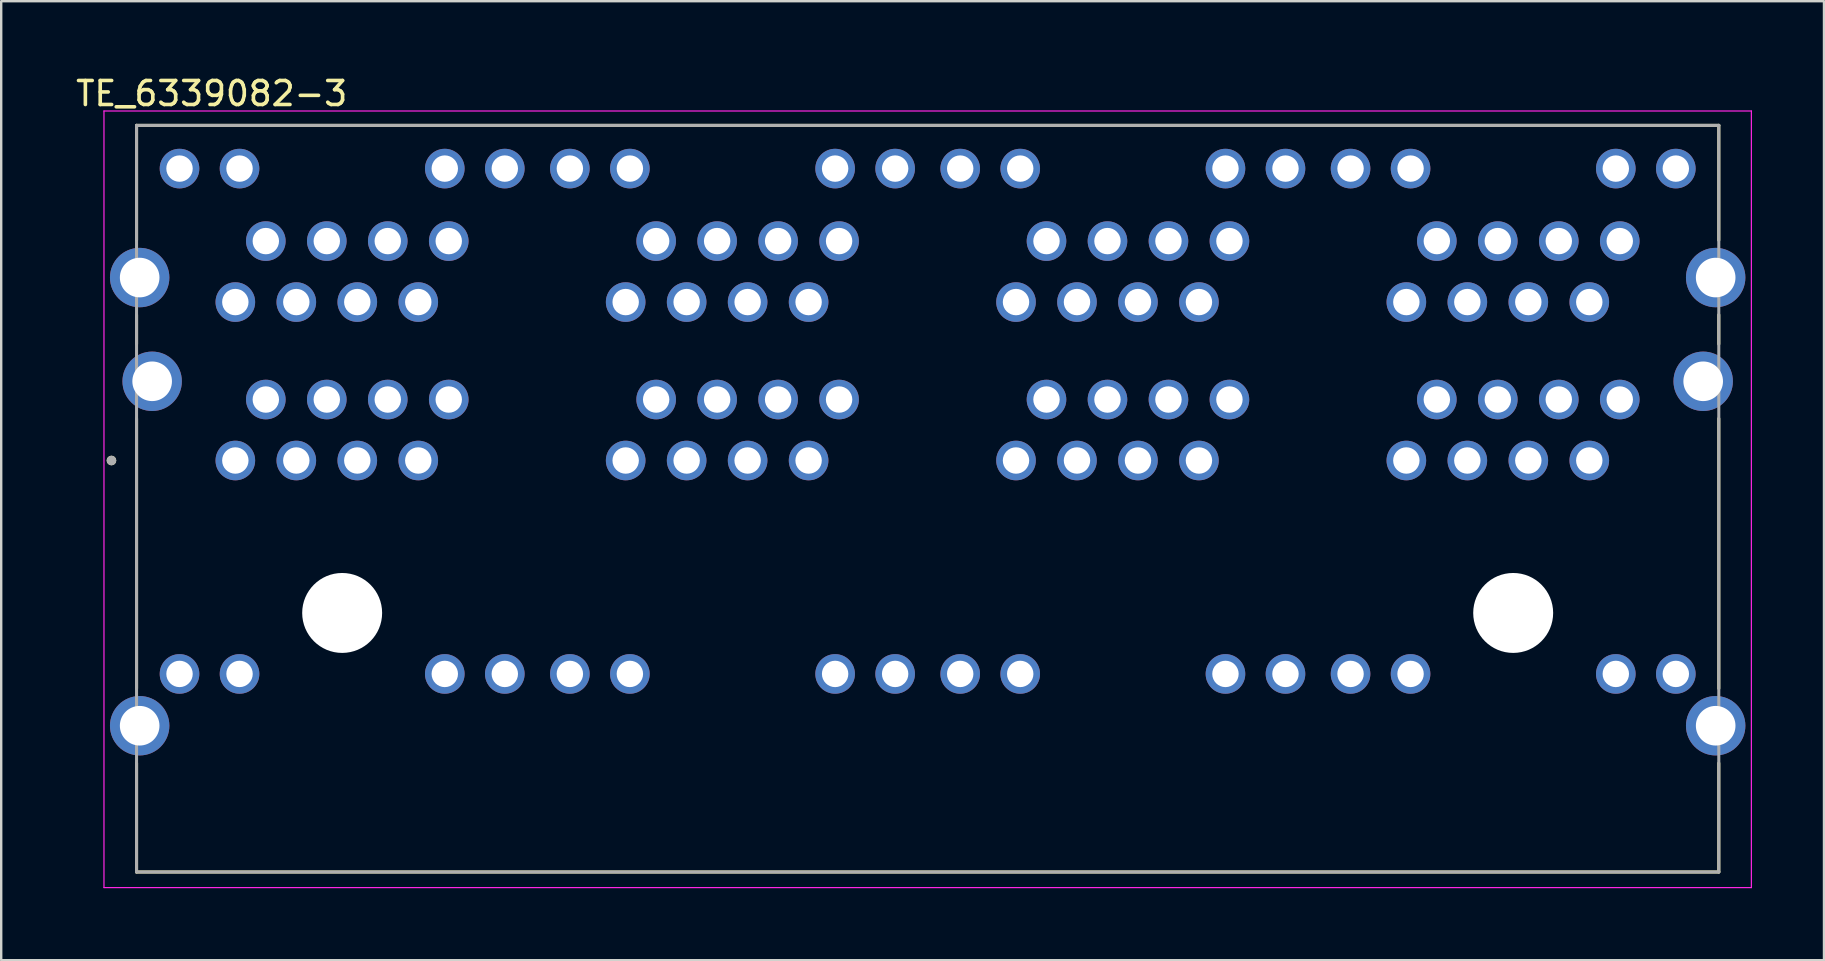
<source format=kicad_pcb>
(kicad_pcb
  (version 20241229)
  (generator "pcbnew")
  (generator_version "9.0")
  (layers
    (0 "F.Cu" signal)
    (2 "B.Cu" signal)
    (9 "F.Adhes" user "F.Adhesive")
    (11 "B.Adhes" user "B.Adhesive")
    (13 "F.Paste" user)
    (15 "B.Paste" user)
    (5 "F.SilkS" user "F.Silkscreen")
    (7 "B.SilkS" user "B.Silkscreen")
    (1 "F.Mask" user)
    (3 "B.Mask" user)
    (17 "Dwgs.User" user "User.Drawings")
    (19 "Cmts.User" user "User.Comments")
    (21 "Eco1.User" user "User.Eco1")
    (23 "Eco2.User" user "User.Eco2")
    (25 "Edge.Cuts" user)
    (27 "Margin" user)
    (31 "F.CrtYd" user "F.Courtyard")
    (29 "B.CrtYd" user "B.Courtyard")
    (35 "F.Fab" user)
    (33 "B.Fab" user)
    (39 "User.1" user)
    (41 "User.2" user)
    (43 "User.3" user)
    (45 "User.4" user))
  (footprint "TE_6339082-3"
    (layer "F.Cu")
    (at 35.593 22.483)
    (property "Reference" "TE_6339082-3" (at -29.825 -21.635 0) (layer "F.SilkS") (effects (font (size 1 1) (thickness 0.15))))
    (attr through_hole)
    (fp_line (start -32.955 -20.31) (end 32.955 -20.31) (stroke (width 0.127) (type solid)) (layer "F.SilkS"))
    (fp_line (start -32.955 -15.528) (end -32.955 -20.31) (stroke (width 0.127) (type solid)) (layer "F.SilkS"))
    (fp_line (start -32.955 -11.201) (end -32.955 -12.42) (stroke (width 0.127) (type solid)) (layer "F.SilkS"))
    (fp_line (start -32.955 3.147) (end -32.955 -8.099) (stroke (width 0.127) (type solid)) (layer "F.SilkS"))
    (fp_line (start -32.955 10.79) (end -32.955 6.255) (stroke (width 0.127) (type solid)) (layer "F.SilkS"))
    (fp_line (start 32.955 -20.31) (end 32.955 -15.528) (stroke (width 0.127) (type solid)) (layer "F.SilkS"))
    (fp_line (start 32.955 -11.201) (end 32.955 -12.42) (stroke (width 0.127) (type solid)) (layer "F.SilkS"))
    (fp_line (start 32.955 3.147) (end 32.955 -8.099) (stroke (width 0.127) (type solid)) (layer "F.SilkS"))
    (fp_line (start 32.955 10.79) (end -32.955 10.79) (stroke (width 0.127) (type solid)) (layer "F.SilkS"))
    (fp_line (start 32.955 10.79) (end 32.955 6.255) (stroke (width 0.127) (type solid)) (layer "F.SilkS"))
    (fp_circle (center -34 -6.35) (end -33.9 -6.35) (stroke (width 0.2) (type solid)) (fill no) (layer "F.SilkS"))
    (fp_line (start -34.312 -20.91) (end -34.312 11.44) (stroke (width 0.05) (type solid)) (layer "F.CrtYd"))
    (fp_line (start -34.312 11.44) (end 34.312 11.44) (stroke (width 0.05) (type solid)) (layer "F.CrtYd"))
    (fp_line (start 34.312 -20.91) (end -34.312 -20.91) (stroke (width 0.05) (type solid)) (layer "F.CrtYd"))
    (fp_line (start 34.312 11.44) (end 34.312 -20.91) (stroke (width 0.05) (type solid)) (layer "F.CrtYd"))
    (fp_line (start -32.955 -20.31) (end 32.955 -20.31) (stroke (width 0.127) (type solid)) (layer "F.Fab"))
    (fp_line (start -32.955 10.79) (end -32.955 -20.31) (stroke (width 0.127) (type solid)) (layer "F.Fab"))
    (fp_line (start 32.955 -20.31) (end 32.955 10.79) (stroke (width 0.127) (type solid)) (layer "F.Fab"))
    (fp_line (start 32.955 10.79) (end -32.955 10.79) (stroke (width 0.127) (type solid)) (layer "F.Fab"))
    (fp_circle (center -34 -6.35) (end -33.9 -6.35) (stroke (width 0.2) (type solid)) (fill no) (layer "F.Fab"))
    (pad "" np_thru_hole circle (at -24.39 0) (size 3.33 3.33) (drill 3.33) (layers "*.Cu" "*.Mask"))
    (pad "" np_thru_hole circle (at 24.39 0) (size 3.33 3.33) (drill 3.33) (layers "*.Cu" "*.Mask"))
    (pad "B1_1" thru_hole circle (at -28.84 -6.35) (size 1.65 1.65) (drill 1.1) (layers "*.Cu" "*.Mask"))
    (pad "B1_2" thru_hole circle (at -27.57 -8.89) (size 1.65 1.65) (drill 1.1) (layers "*.Cu" "*.Mask"))
    (pad "B1_3" thru_hole circle (at -26.3 -6.35) (size 1.65 1.65) (drill 1.1) (layers "*.Cu" "*.Mask"))
    (pad "B1_4" thru_hole circle (at -25.03 -8.89) (size 1.65 1.65) (drill 1.1) (layers "*.Cu" "*.Mask"))
    (pad "B1_5" thru_hole circle (at -23.76 -6.35) (size 1.65 1.65) (drill 1.1) (layers "*.Cu" "*.Mask"))
    (pad "B1_6" thru_hole circle (at -22.49 -8.89) (size 1.65 1.65) (drill 1.1) (layers "*.Cu" "*.Mask"))
    (pad "B1_7" thru_hole circle (at -21.22 -6.35) (size 1.65 1.65) (drill 1.1) (layers "*.Cu" "*.Mask"))
    (pad "B1_8" thru_hole circle (at -19.95 -8.89) (size 1.65 1.65) (drill 1.1) (layers "*.Cu" "*.Mask"))
    (pad "B1_A1" thru_hole circle (at -20.115 2.54) (size 1.65 1.65) (drill 1.1) (layers "*.Cu" "*.Mask"))
    (pad "B1_A2" thru_hole circle (at -31.165 2.54) (size 1.65 1.65) (drill 1.1) (layers "*.Cu" "*.Mask"))
    (pad "B1_C1" thru_hole circle (at -17.615 2.54) (size 1.65 1.65) (drill 1.1) (layers "*.Cu" "*.Mask"))
    (pad "B1_C2" thru_hole circle (at -28.665 2.54) (size 1.65 1.65) (drill 1.1) (layers "*.Cu" "*.Mask"))
    (pad "B2_1" thru_hole circle (at -12.58 -6.35) (size 1.65 1.65) (drill 1.1) (layers "*.Cu" "*.Mask"))
    (pad "B2_2" thru_hole circle (at -11.31 -8.89) (size 1.65 1.65) (drill 1.1) (layers "*.Cu" "*.Mask"))
    (pad "B2_3" thru_hole circle (at -10.04 -6.35) (size 1.65 1.65) (drill 1.1) (layers "*.Cu" "*.Mask"))
    (pad "B2_4" thru_hole circle (at -8.77 -8.89) (size 1.65 1.65) (drill 1.1) (layers "*.Cu" "*.Mask"))
    (pad "B2_5" thru_hole circle (at -7.5 -6.35) (size 1.65 1.65) (drill 1.1) (layers "*.Cu" "*.Mask"))
    (pad "B2_6" thru_hole circle (at -6.23 -8.89) (size 1.65 1.65) (drill 1.1) (layers "*.Cu" "*.Mask"))
    (pad "B2_7" thru_hole circle (at -4.96 -6.35) (size 1.65 1.65) (drill 1.1) (layers "*.Cu" "*.Mask"))
    (pad "B2_8" thru_hole circle (at -3.69 -8.89) (size 1.65 1.65) (drill 1.1) (layers "*.Cu" "*.Mask"))
    (pad "B2_A1" thru_hole circle (at -3.855 2.54) (size 1.65 1.65) (drill 1.1) (layers "*.Cu" "*.Mask"))
    (pad "B2_A2" thru_hole circle (at -14.905 2.54) (size 1.65 1.65) (drill 1.1) (layers "*.Cu" "*.Mask"))
    (pad "B2_C1" thru_hole circle (at -1.355 2.54) (size 1.65 1.65) (drill 1.1) (layers "*.Cu" "*.Mask"))
    (pad "B2_C2" thru_hole circle (at -12.405 2.54) (size 1.65 1.65) (drill 1.1) (layers "*.Cu" "*.Mask"))
    (pad "B3_1" thru_hole circle (at 3.68 -6.35) (size 1.65 1.65) (drill 1.1) (layers "*.Cu" "*.Mask"))
    (pad "B3_2" thru_hole circle (at 4.95 -8.89) (size 1.65 1.65) (drill 1.1) (layers "*.Cu" "*.Mask"))
    (pad "B3_3" thru_hole circle (at 6.22 -6.35) (size 1.65 1.65) (drill 1.1) (layers "*.Cu" "*.Mask"))
    (pad "B3_4" thru_hole circle (at 7.49 -8.89) (size 1.65 1.65) (drill 1.1) (layers "*.Cu" "*.Mask"))
    (pad "B3_5" thru_hole circle (at 8.76 -6.35) (size 1.65 1.65) (drill 1.1) (layers "*.Cu" "*.Mask"))
    (pad "B3_6" thru_hole circle (at 10.03 -8.89) (size 1.65 1.65) (drill 1.1) (layers "*.Cu" "*.Mask"))
    (pad "B3_7" thru_hole circle (at 11.3 -6.35) (size 1.65 1.65) (drill 1.1) (layers "*.Cu" "*.Mask"))
    (pad "B3_8" thru_hole circle (at 12.57 -8.89) (size 1.65 1.65) (drill 1.1) (layers "*.Cu" "*.Mask"))
    (pad "B3_A1" thru_hole circle (at 12.405 2.54) (size 1.65 1.65) (drill 1.1) (layers "*.Cu" "*.Mask"))
    (pad "B3_A2" thru_hole circle (at 1.355 2.54) (size 1.65 1.65) (drill 1.1) (layers "*.Cu" "*.Mask"))
    (pad "B3_C1" thru_hole circle (at 14.905 2.54) (size 1.65 1.65) (drill 1.1) (layers "*.Cu" "*.Mask"))
    (pad "B3_C2" thru_hole circle (at 3.855 2.54) (size 1.65 1.65) (drill 1.1) (layers "*.Cu" "*.Mask"))
    (pad "B4_1" thru_hole circle (at 19.94 -6.35) (size 1.65 1.65) (drill 1.1) (layers "*.Cu" "*.Mask"))
    (pad "B4_2" thru_hole circle (at 21.21 -8.89) (size 1.65 1.65) (drill 1.1) (layers "*.Cu" "*.Mask"))
    (pad "B4_3" thru_hole circle (at 22.48 -6.35) (size 1.65 1.65) (drill 1.1) (layers "*.Cu" "*.Mask"))
    (pad "B4_4" thru_hole circle (at 23.75 -8.89) (size 1.65 1.65) (drill 1.1) (layers "*.Cu" "*.Mask"))
    (pad "B4_5" thru_hole circle (at 25.02 -6.35) (size 1.65 1.65) (drill 1.1) (layers "*.Cu" "*.Mask"))
    (pad "B4_6" thru_hole circle (at 26.29 -8.89) (size 1.65 1.65) (drill 1.1) (layers "*.Cu" "*.Mask"))
    (pad "B4_7" thru_hole circle (at 27.56 -6.35) (size 1.65 1.65) (drill 1.1) (layers "*.Cu" "*.Mask"))
    (pad "B4_8" thru_hole circle (at 28.83 -8.89) (size 1.65 1.65) (drill 1.1) (layers "*.Cu" "*.Mask"))
    (pad "B4_A1" thru_hole circle (at 28.665 2.54) (size 1.65 1.65) (drill 1.1) (layers "*.Cu" "*.Mask"))
    (pad "B4_A2" thru_hole circle (at 17.615 2.54) (size 1.65 1.65) (drill 1.1) (layers "*.Cu" "*.Mask"))
    (pad "B4_C1" thru_hole circle (at 31.165 2.54) (size 1.65 1.65) (drill 1.1) (layers "*.Cu" "*.Mask"))
    (pad "B4_C2" thru_hole circle (at 20.115 2.54) (size 1.65 1.65) (drill 1.1) (layers "*.Cu" "*.Mask"))
    (pad "SH1" thru_hole circle (at -32.825 4.698) (size 2.475 2.475) (drill 1.65) (layers "*.Cu" "*.Mask"))
    (pad "SH2" thru_hole circle (at 32.825 4.698) (size 2.475 2.475) (drill 1.65) (layers "*.Cu" "*.Mask"))
    (pad "SH3" thru_hole circle (at -32.305 -9.65) (size 2.475 2.475) (drill 1.65) (layers "*.Cu" "*.Mask"))
    (pad "SH4" thru_hole circle (at 32.305 -9.65) (size 2.475 2.475) (drill 1.65) (layers "*.Cu" "*.Mask"))
    (pad "SH5" thru_hole circle (at -32.825 -13.971) (size 2.475 2.475) (drill 1.65) (layers "*.Cu" "*.Mask"))
    (pad "SH6" thru_hole circle (at 32.825 -13.971) (size 2.475 2.475) (drill 1.65) (layers "*.Cu" "*.Mask"))
    (pad "T1_1" thru_hole circle (at -19.95 -15.49) (size 1.65 1.65) (drill 1.1) (layers "*.Cu" "*.Mask"))
    (pad "T1_2" thru_hole circle (at -21.22 -12.95) (size 1.65 1.65) (drill 1.1) (layers "*.Cu" "*.Mask"))
    (pad "T1_3" thru_hole circle (at -22.49 -15.49) (size 1.65 1.65) (drill 1.1) (layers "*.Cu" "*.Mask"))
    (pad "T1_4" thru_hole circle (at -23.76 -12.95) (size 1.65 1.65) (drill 1.1) (layers "*.Cu" "*.Mask"))
    (pad "T1_5" thru_hole circle (at -25.03 -15.49) (size 1.65 1.65) (drill 1.1) (layers "*.Cu" "*.Mask"))
    (pad "T1_6" thru_hole circle (at -26.3 -12.95) (size 1.65 1.65) (drill 1.1) (layers "*.Cu" "*.Mask"))
    (pad "T1_7" thru_hole circle (at -27.57 -15.49) (size 1.65 1.65) (drill 1.1) (layers "*.Cu" "*.Mask"))
    (pad "T1_8" thru_hole circle (at -28.84 -12.95) (size 1.65 1.65) (drill 1.1) (layers "*.Cu" "*.Mask"))
    (pad "T1_A1" thru_hole circle (at -20.115 -18.51) (size 1.65 1.65) (drill 1.1) (layers "*.Cu" "*.Mask"))
    (pad "T1_A2" thru_hole circle (at -31.165 -18.51) (size 1.65 1.65) (drill 1.1) (layers "*.Cu" "*.Mask"))
    (pad "T1_C1" thru_hole circle (at -17.615 -18.51) (size 1.65 1.65) (drill 1.1) (layers "*.Cu" "*.Mask"))
    (pad "T1_C2" thru_hole circle (at -28.665 -18.51) (size 1.65 1.65) (drill 1.1) (layers "*.Cu" "*.Mask"))
    (pad "T2_1" thru_hole circle (at -3.69 -15.49) (size 1.65 1.65) (drill 1.1) (layers "*.Cu" "*.Mask"))
    (pad "T2_2" thru_hole circle (at -4.96 -12.95) (size 1.65 1.65) (drill 1.1) (layers "*.Cu" "*.Mask"))
    (pad "T2_3" thru_hole circle (at -6.23 -15.49) (size 1.65 1.65) (drill 1.1) (layers "*.Cu" "*.Mask"))
    (pad "T2_4" thru_hole circle (at -7.5 -12.95) (size 1.65 1.65) (drill 1.1) (layers "*.Cu" "*.Mask"))
    (pad "T2_5" thru_hole circle (at -8.77 -15.49) (size 1.65 1.65) (drill 1.1) (layers "*.Cu" "*.Mask"))
    (pad "T2_6" thru_hole circle (at -10.04 -12.95) (size 1.65 1.65) (drill 1.1) (layers "*.Cu" "*.Mask"))
    (pad "T2_7" thru_hole circle (at -11.31 -15.49) (size 1.65 1.65) (drill 1.1) (layers "*.Cu" "*.Mask"))
    (pad "T2_8" thru_hole circle (at -12.58 -12.95) (size 1.65 1.65) (drill 1.1) (layers "*.Cu" "*.Mask"))
    (pad "T2_A1" thru_hole circle (at -3.855 -18.51) (size 1.65 1.65) (drill 1.1) (layers "*.Cu" "*.Mask"))
    (pad "T2_A2" thru_hole circle (at -14.905 -18.51) (size 1.65 1.65) (drill 1.1) (layers "*.Cu" "*.Mask"))
    (pad "T2_C1" thru_hole circle (at -1.355 -18.51) (size 1.65 1.65) (drill 1.1) (layers "*.Cu" "*.Mask"))
    (pad "T2_C2" thru_hole circle (at -12.405 -18.51) (size 1.65 1.65) (drill 1.1) (layers "*.Cu" "*.Mask"))
    (pad "T3_1" thru_hole circle (at 12.57 -15.49) (size 1.65 1.65) (drill 1.1) (layers "*.Cu" "*.Mask"))
    (pad "T3_2" thru_hole circle (at 11.3 -12.95) (size 1.65 1.65) (drill 1.1) (layers "*.Cu" "*.Mask"))
    (pad "T3_3" thru_hole circle (at 10.03 -15.49) (size 1.65 1.65) (drill 1.1) (layers "*.Cu" "*.Mask"))
    (pad "T3_4" thru_hole circle (at 8.76 -12.95) (size 1.65 1.65) (drill 1.1) (layers "*.Cu" "*.Mask"))
    (pad "T3_5" thru_hole circle (at 7.49 -15.49) (size 1.65 1.65) (drill 1.1) (layers "*.Cu" "*.Mask"))
    (pad "T3_6" thru_hole circle (at 6.22 -12.95) (size 1.65 1.65) (drill 1.1) (layers "*.Cu" "*.Mask"))
    (pad "T3_7" thru_hole circle (at 4.95 -15.49) (size 1.65 1.65) (drill 1.1) (layers "*.Cu" "*.Mask"))
    (pad "T3_8" thru_hole circle (at 3.68 -12.95) (size 1.65 1.65) (drill 1.1) (layers "*.Cu" "*.Mask"))
    (pad "T3_A1" thru_hole circle (at 12.405 -18.51) (size 1.65 1.65) (drill 1.1) (layers "*.Cu" "*.Mask"))
    (pad "T3_A2" thru_hole circle (at 1.355 -18.51) (size 1.65 1.65) (drill 1.1) (layers "*.Cu" "*.Mask"))
    (pad "T3_C1" thru_hole circle (at 14.905 -18.51) (size 1.65 1.65) (drill 1.1) (layers "*.Cu" "*.Mask"))
    (pad "T3_C2" thru_hole circle (at 3.855 -18.51) (size 1.65 1.65) (drill 1.1) (layers "*.Cu" "*.Mask"))
    (pad "T4_1" thru_hole circle (at 28.83 -15.49) (size 1.65 1.65) (drill 1.1) (layers "*.Cu" "*.Mask"))
    (pad "T4_2" thru_hole circle (at 27.56 -12.95) (size 1.65 1.65) (drill 1.1) (layers "*.Cu" "*.Mask"))
    (pad "T4_3" thru_hole circle (at 26.29 -15.49) (size 1.65 1.65) (drill 1.1) (layers "*.Cu" "*.Mask"))
    (pad "T4_4" thru_hole circle (at 25.02 -12.95) (size 1.65 1.65) (drill 1.1) (layers "*.Cu" "*.Mask"))
    (pad "T4_5" thru_hole circle (at 23.75 -15.49) (size 1.65 1.65) (drill 1.1) (layers "*.Cu" "*.Mask"))
    (pad "T4_6" thru_hole circle (at 22.48 -12.95) (size 1.65 1.65) (drill 1.1) (layers "*.Cu" "*.Mask"))
    (pad "T4_7" thru_hole circle (at 21.21 -15.49) (size 1.65 1.65) (drill 1.1) (layers "*.Cu" "*.Mask"))
    (pad "T4_8" thru_hole circle (at 19.94 -12.95) (size 1.65 1.65) (drill 1.1) (layers "*.Cu" "*.Mask"))
    (pad "T4_A1" thru_hole circle (at 28.665 -18.51) (size 1.65 1.65) (drill 1.1) (layers "*.Cu" "*.Mask"))
    (pad "T4_A2" thru_hole circle (at 17.615 -18.51) (size 1.65 1.65) (drill 1.1) (layers "*.Cu" "*.Mask"))
    (pad "T4_C1" thru_hole circle (at 31.165 -18.51) (size 1.65 1.65) (drill 1.1) (layers "*.Cu" "*.Mask"))
    (pad "T4_C2" thru_hole circle (at 20.115 -18.51) (size 1.65 1.65) (drill 1.1) (layers "*.Cu" "*.Mask")))
  (gr_rect
    (start -3 -3)
    (end 72.93 36.948)
    (stroke (width 0.1) (type default))
    (fill no)
    (layer "Edge.Cuts")))
</source>
